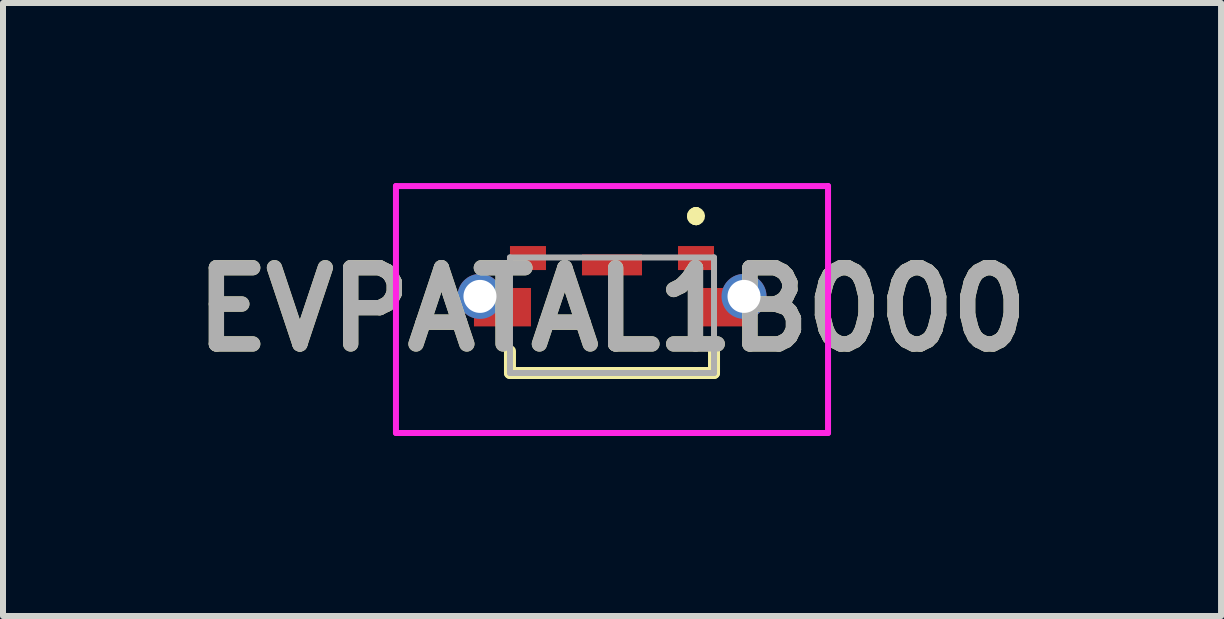
<source format=kicad_pcb>
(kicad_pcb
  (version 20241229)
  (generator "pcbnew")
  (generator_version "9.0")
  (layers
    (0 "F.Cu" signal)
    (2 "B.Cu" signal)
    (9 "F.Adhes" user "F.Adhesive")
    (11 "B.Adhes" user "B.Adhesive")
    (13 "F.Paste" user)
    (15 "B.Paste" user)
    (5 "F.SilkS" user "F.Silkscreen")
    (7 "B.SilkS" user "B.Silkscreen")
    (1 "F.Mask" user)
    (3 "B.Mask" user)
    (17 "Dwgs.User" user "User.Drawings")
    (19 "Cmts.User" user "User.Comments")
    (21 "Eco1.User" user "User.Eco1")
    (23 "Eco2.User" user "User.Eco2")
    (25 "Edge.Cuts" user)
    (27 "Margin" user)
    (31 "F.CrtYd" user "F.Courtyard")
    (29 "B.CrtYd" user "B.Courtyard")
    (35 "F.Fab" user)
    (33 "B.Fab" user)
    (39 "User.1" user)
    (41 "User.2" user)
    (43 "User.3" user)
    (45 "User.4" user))
  (footprint "EVPATAL1B000"
    (layer "F.Cu")
    (at 7.148 2.202)
    (property "Reference" "EVPATAL1B000" (at 0 -0.095 0) (layer "F.SilkS") (effects (font (size 1.27 1.27) (thickness 0.254))))
    (attr through_hole)
    (fp_line (start -1.7 0.6) (end -1.7 0.963) (stroke (width 0.2) (type solid)) (layer "F.SilkS"))
    (fp_line (start -1.7 0.963) (end 1.7 0.963) (stroke (width 0.2) (type solid)) (layer "F.SilkS"))
    (fp_line (start 1.4 -1.7) (end 1.4 -1.7) (stroke (width 0.2) (type solid)) (layer "F.SilkS"))
    (fp_line (start 1.4 -1.7) (end 1.4 -1.7) (stroke (width 0.2) (type solid)) (layer "F.SilkS"))
    (fp_line (start 1.4 -1.6) (end 1.4 -1.6) (stroke (width 0.2) (type solid)) (layer "F.SilkS"))
    (fp_line (start 1.7 0.963) (end 1.7 0.6) (stroke (width 0.2) (type solid)) (layer "F.SilkS"))
    (fp_arc (start 1.4 -1.7) (mid 1.45 -1.65) (end 1.4 -1.6) (stroke (width 0.2) (type solid)) (layer "F.SilkS"))
    (fp_arc (start 1.4 -1.6) (mid 1.35 -1.65) (end 1.4 -1.7) (stroke (width 0.2) (type solid)) (layer "F.SilkS"))
    (fp_arc (start 1.4 -1.6) (mid 1.35 -1.65) (end 1.4 -1.7) (stroke (width 0.2) (type solid)) (layer "F.SilkS"))
    (fp_line (start -3.6 -2.152) (end 3.6 -2.152) (stroke (width 0.1) (type solid)) (layer "F.CrtYd"))
    (fp_line (start -3.6 1.963) (end -3.6 -2.152) (stroke (width 0.1) (type solid)) (layer "F.CrtYd"))
    (fp_line (start 3.6 -2.152) (end 3.6 1.963) (stroke (width 0.1) (type solid)) (layer "F.CrtYd"))
    (fp_line (start 3.6 1.963) (end -3.6 1.963) (stroke (width 0.1) (type solid)) (layer "F.CrtYd"))
    (fp_line (start -1.7 -0.962) (end -1.7 0.963) (stroke (width 0.1) (type solid)) (layer "F.Fab"))
    (fp_line (start -1.7 0.963) (end 1.7 0.963) (stroke (width 0.1) (type solid)) (layer "F.Fab"))
    (fp_line (start 1.7 -0.962) (end -1.7 -0.962) (stroke (width 0.1) (type solid)) (layer "F.Fab"))
    (fp_line (start 1.7 0.963) (end 1.7 -0.962) (stroke (width 0.1) (type solid)) (layer "F.Fab"))
    (fp_text user "${REFERENCE}" (at 0 -0.095 0) (layer "F.Fab") (effects (font (size 1.27 1.27) (thickness 0.254))))
    (pad "1" smd rect (at 1.4 -0.952 90) (size 0.4 0.6) (layers "F.Cu" "F.Mask" "F.Paste"))
    (pad "2" smd rect (at -1.4 -0.952 90) (size 0.4 0.6) (layers "F.Cu" "F.Mask" "F.Paste"))
    (pad "MH1" thru_hole circle (at 2.2 -0.313) (size 0.75 0.75) (drill 0.55) (layers "*.Cu" "*.Mask"))
    (pad "MH2" thru_hole circle (at -2.2 -0.313) (size 0.75 0.75) (drill 0.55) (layers "*.Cu" "*.Mask"))
    (pad "MP1" smd rect (at 1.825 -0.133 90) (size 0.64 0.95) (layers "F.Cu" "F.Mask" "F.Paste"))
    (pad "MP2" smd rect (at 0 -0.838 90) (size 0.35 1) (layers "F.Cu" "F.Mask" "F.Paste"))
    (pad "MP3" smd rect (at -1.825 -0.133 90) (size 0.64 0.95) (layers "F.Cu" "F.Mask" "F.Paste")))
  (gr_rect
    (start -3 -3)
    (end 17.297 7.215)
    (stroke (width 0.1) (type default))
    (fill no)
    (layer "Edge.Cuts")))
</source>
